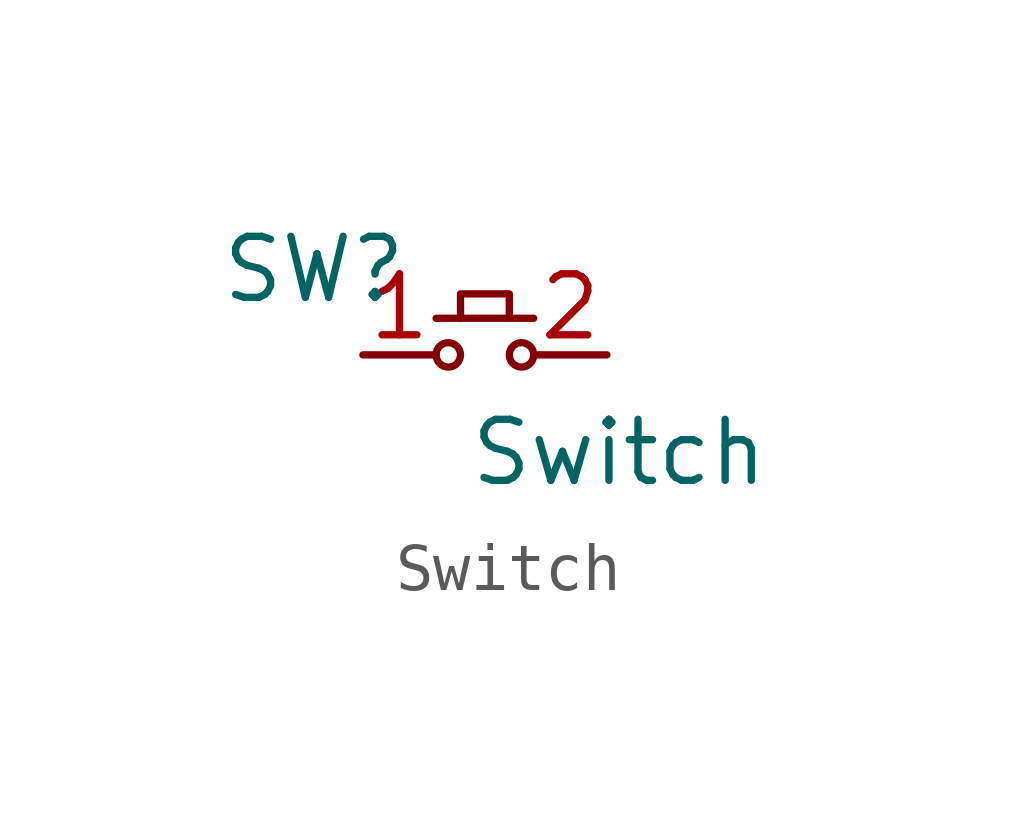
<source format=kicad_sym>
(kicad_symbol_lib
  (version 20211014)
  (generator kicad_symbol_editor)
  (symbol "Switch"
    (property "Reference" "SW"
      (at -3.556 1.778 0)
      (effects (font (size 1.27 1.27))))
    (property "Value" "Switch"
      (at 2.794 -2.032 0)
      (effects (font (size 1.27 1.27))))
    (symbol "Switch_0_1"
      (circle (center -0.762 0) (radius 0.254) (stroke (width 0) (type default) (color 0 0 0 0)) (fill (type none)))
      (polyline (pts (xy -1.016 0.762) (xy 1.016 0.762)) (stroke (width 0) (type default) (color 0 0 0 0)) (fill (type none)))
      (polyline (pts (xy -0.508 0.762) (xy -0.508 1.27) (xy 0.508 1.27) (xy 0.508 0.762)) (stroke (width 0) (type default) (color 0 0 0 0)) (fill (type none)))
      (circle (center 0.762 0) (radius 0.254) (stroke (width 0) (type default) (color 0 0 0 0)) (fill (type none))))
    (symbol "Switch_1_1"
      (pin bidirectional line (at -2.54 0 0) (length 1.524) (name "~" (effects (font (size 1.27 1.27)))) (number "1" (effects (font (size 1.27 1.27)))))
      (pin bidirectional line (at 2.54 0 180) (length 1.524) (name "~" (effects (font (size 1.27 1.27)))) (number "2" (effects (font (size 1.27 1.27))))))))
</source>
